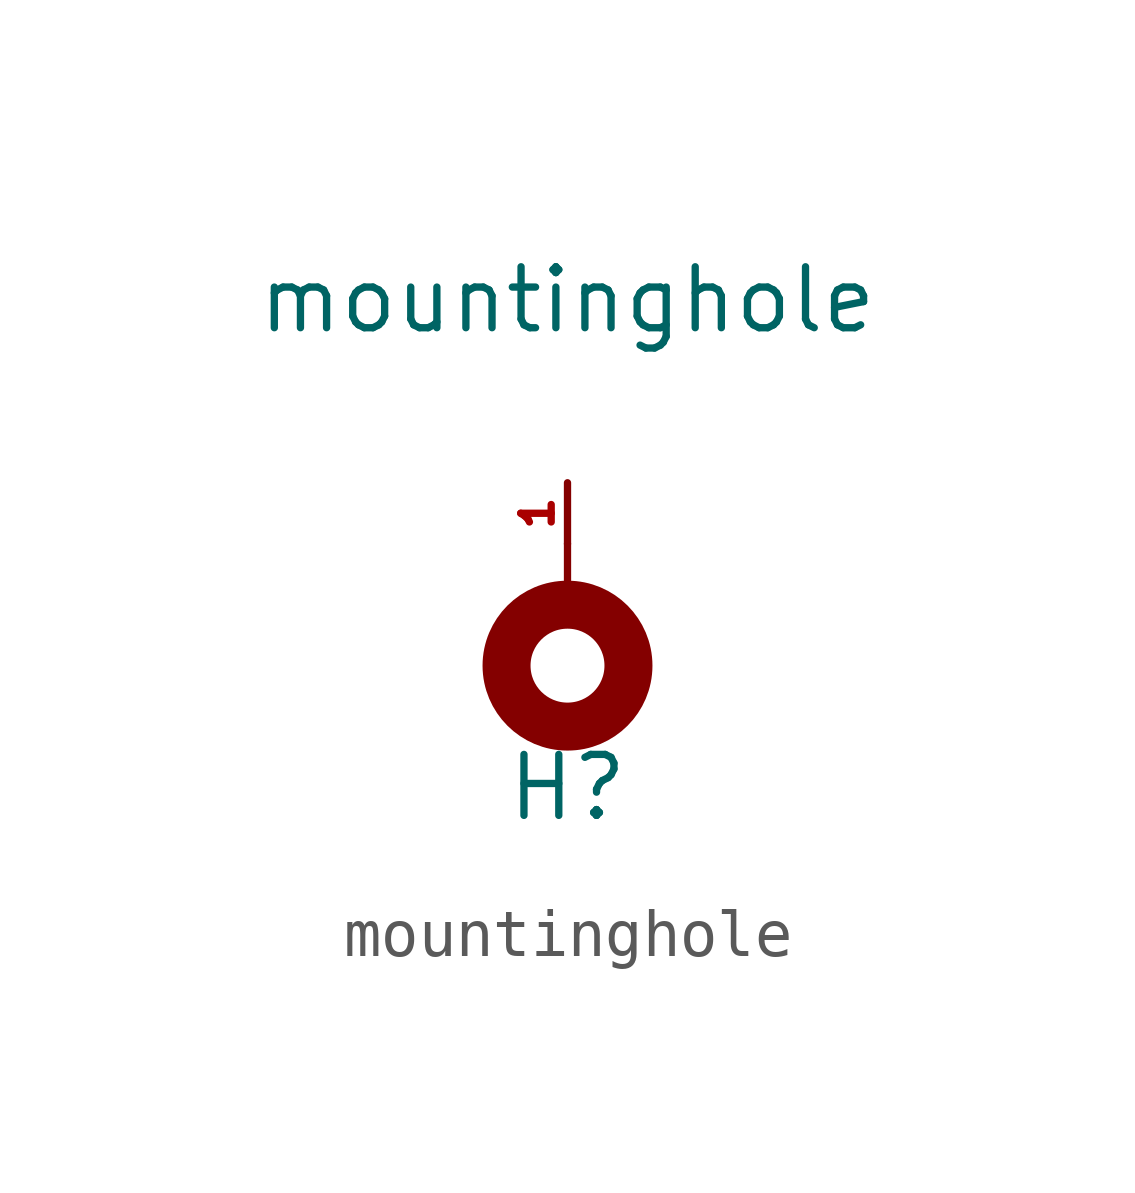
<source format=kicad_sym>
(kicad_symbol_lib
  (version 20211014)
  (generator kicad_symbol_editor)
  (symbol "mountinghole"
    (property "Reference" "H"
      (at 0 -2.54 0)
      (effects (font (size 1.27 1.27))))
    (property "Value" "mountinghole"
      (at 0 7.62 0)
      (effects (font (size 1.27 1.27))))
    (symbol "mountinghole_0_1"
      (polyline (pts (xy 0 2.54) (xy 0 1.27)) (stroke (width 0.152) (type default) (color 0 0 0 0)) (fill (type none)))
      (circle (center 0 0) (radius 1.27) (stroke (width 1) (type default) (color 0 0 0 0)) (fill (type none))))
    (symbol "mountinghole_1_1"
      (pin passive line (at 0 3.81 270) (length 1.27) (name "" (effects (font (size 0.635 0.635)))) (number "1" (effects (font (size 0.635 0.635))))))))
</source>
